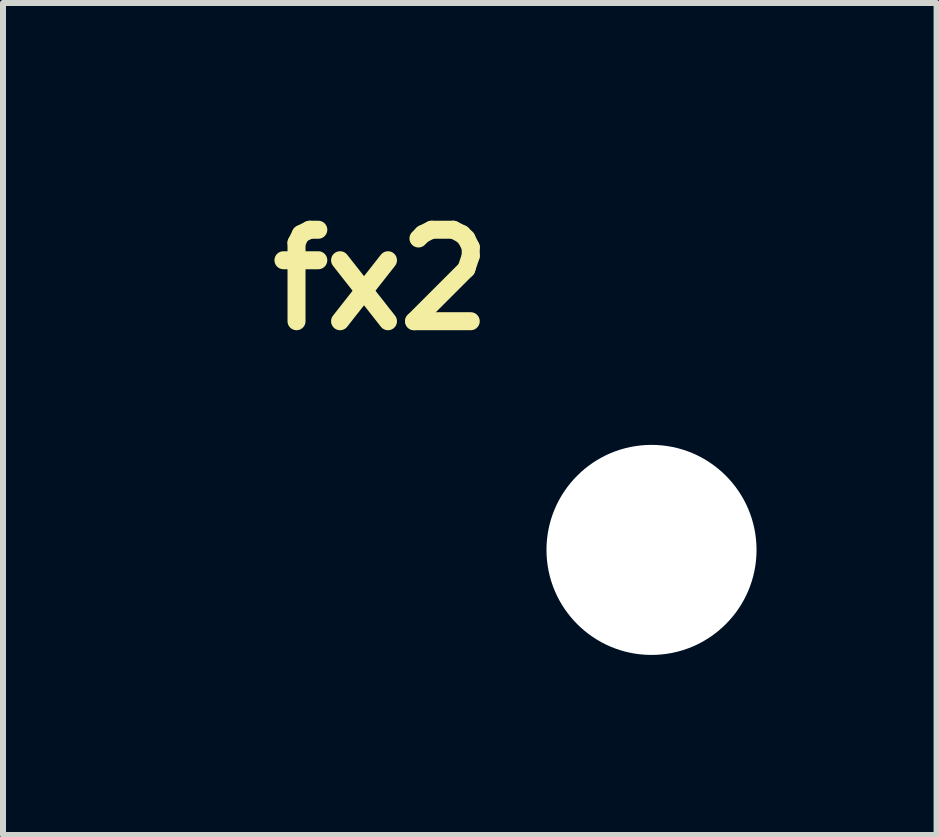
<source format=kicad_pcb>
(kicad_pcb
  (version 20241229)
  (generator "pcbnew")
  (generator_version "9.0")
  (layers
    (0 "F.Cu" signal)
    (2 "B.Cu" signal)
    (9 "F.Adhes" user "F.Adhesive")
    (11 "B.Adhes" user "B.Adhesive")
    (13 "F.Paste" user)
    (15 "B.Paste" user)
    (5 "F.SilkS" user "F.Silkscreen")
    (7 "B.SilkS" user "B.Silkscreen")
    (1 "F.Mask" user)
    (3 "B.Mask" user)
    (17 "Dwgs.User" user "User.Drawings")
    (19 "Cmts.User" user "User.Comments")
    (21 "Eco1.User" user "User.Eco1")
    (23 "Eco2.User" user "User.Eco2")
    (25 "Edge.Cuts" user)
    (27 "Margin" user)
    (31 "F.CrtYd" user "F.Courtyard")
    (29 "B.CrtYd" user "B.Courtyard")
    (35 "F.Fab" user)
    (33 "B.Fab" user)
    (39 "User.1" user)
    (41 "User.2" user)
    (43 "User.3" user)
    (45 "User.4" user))
  (footprint "fx2"
    (layer "F.Cu")
    (at 7.806 6.113)
    (property "Reference" "fx2" (at -4.5 -4.5 0) (layer "F.SilkS") (effects (font (size 1.524 1.524) (thickness 0.3))))
    (attr through_hole)
    (fp_poly (pts (xy -1.542 -3.761) (xy -1.465 -3.736) (xy -1.392 -3.698) (xy -1.326 -3.644) (xy -1.317 -3.636) (xy -1.264 -3.57) (xy -1.225 -3.498) (xy -1.201 -3.421) (xy -1.191 -3.342) (xy -1.196 -3.263) (xy -1.215 -3.185) (xy -1.248 -3.11) (xy -1.296 -3.042) (xy -1.322 -3.014) (xy -1.387 -2.961) (xy -1.46 -2.92) (xy -1.539 -2.895) (xy -1.622 -2.884) (xy -1.705 -2.889) (xy -1.738 -2.896) (xy -1.809 -2.92) (xy -1.877 -2.958) (xy -1.939 -3.006) (xy -1.99 -3.062) (xy -2.014 -3.098) (xy -2.05 -3.174) (xy -2.071 -3.255) (xy -2.077 -3.337) (xy -2.068 -3.418) (xy -2.044 -3.496) (xy -2.006 -3.568) (xy -1.98 -3.604) (xy -1.919 -3.665) (xy -1.851 -3.713) (xy -1.777 -3.746) (xy -1.7 -3.765) (xy -1.621 -3.77) (xy -1.542 -3.761)) (stroke (width 0.01) (type solid)) (fill yes) (layer "F.Mask"))
    (fp_poly (pts (xy -1.557 -6.101) (xy -1.477 -6.078) (xy -1.401 -6.041) (xy -1.334 -5.989) (xy -1.322 -5.977) (xy -1.267 -5.912) (xy -1.228 -5.841) (xy -1.203 -5.767) (xy -1.192 -5.69) (xy -1.194 -5.614) (xy -1.21 -5.539) (xy -1.238 -5.467) (xy -1.278 -5.401) (xy -1.33 -5.342) (xy -1.394 -5.293) (xy -1.468 -5.254) (xy -1.494 -5.244) (xy -1.543 -5.231) (xy -1.6 -5.224) (xy -1.659 -5.223) (xy -1.713 -5.228) (xy -1.733 -5.232) (xy -1.815 -5.261) (xy -1.887 -5.302) (xy -1.949 -5.354) (xy -1.999 -5.415) (xy -2.038 -5.483) (xy -2.064 -5.557) (xy -2.076 -5.634) (xy -2.075 -5.714) (xy -2.058 -5.794) (xy -2.026 -5.872) (xy -2.014 -5.894) (xy -1.972 -5.952) (xy -1.916 -6.005) (xy -1.851 -6.049) (xy -1.782 -6.082) (xy -1.726 -6.099) (xy -1.641 -6.108) (xy -1.557 -6.101)) (stroke (width 0.01) (type solid)) (fill yes) (layer "F.Mask"))
    (fp_poly (pts (xy -5.591 -6.031) (xy -5.501 -6.031) (xy -5.423 -6.03) (xy -5.355 -6.029) (xy -5.297 -6.028) (xy -5.248 -6.027) (xy -5.206 -6.025) (xy -5.172 -6.023) (xy -5.144 -6.02) (xy -5.121 -6.017) (xy -5.104 -6.014) (xy -5.09 -6.01) (xy -5.079 -6.005) (xy -5.07 -6) (xy -5.063 -5.995) (xy -5.057 -5.988) (xy -5.05 -5.981) (xy -5.044 -5.974) (xy -5.034 -5.963) (xy -5.015 -5.938) (xy -4.988 -5.902) (xy -4.954 -5.855) (xy -4.914 -5.799) (xy -4.868 -5.735) (xy -4.817 -5.664) (xy -4.762 -5.587) (xy -4.704 -5.505) (xy -4.644 -5.42) (xy -4.635 -5.408) (xy -4.576 -5.323) (xy -4.519 -5.242) (xy -4.465 -5.167) (xy -4.416 -5.098) (xy -4.372 -5.037) (xy -4.334 -4.983) (xy -4.302 -4.939) (xy -4.277 -4.906) (xy -4.261 -4.884) (xy -4.253 -4.875) (xy -4.253 -4.875) (xy -4.247 -4.882) (xy -4.232 -4.902) (xy -4.209 -4.933) (xy -4.179 -4.975) (xy -4.142 -5.027) (xy -4.099 -5.087) (xy -4.05 -5.155) (xy -3.997 -5.229) (xy -3.941 -5.309) (xy -3.882 -5.393) (xy -3.87 -5.41) (xy -3.809 -5.495) (xy -3.751 -5.576) (xy -3.696 -5.653) (xy -3.646 -5.724) (xy -3.6 -5.789) (xy -3.559 -5.845) (xy -3.525 -5.892) (xy -3.499 -5.928) (xy -3.48 -5.953) (xy -3.47 -5.966) (xy -3.469 -5.967) (xy -3.425 -6.003) (xy -3.375 -6.023) (xy -3.321 -6.028) (xy -3.266 -6.017) (xy -3.221 -5.995) (xy -3.179 -5.961) (xy -3.149 -5.917) (xy -3.13 -5.867) (xy -3.126 -5.814) (xy -3.135 -5.763) (xy -3.139 -5.752) (xy -3.146 -5.741) (xy -3.162 -5.717) (xy -3.186 -5.681) (xy -3.218 -5.635) (xy -3.256 -5.579) (xy -3.301 -5.515) (xy -3.351 -5.443) (xy -3.406 -5.365) (xy -3.464 -5.281) (xy -3.526 -5.194) (xy -3.572 -5.129) (xy -3.635 -5.039) (xy -3.696 -4.953) (xy -3.753 -4.872) (xy -3.806 -4.797) (xy -3.854 -4.729) (xy -3.896 -4.669) (xy -3.932 -4.618) (xy -3.961 -4.576) (xy -3.981 -4.546) (xy -3.994 -4.528) (xy -3.997 -4.522) (xy -3.993 -4.513) (xy -3.98 -4.492) (xy -3.957 -4.457) (xy -3.927 -4.411) (xy -3.888 -4.355) (xy -3.842 -4.288) (xy -3.789 -4.211) (xy -3.729 -4.126) (xy -3.664 -4.033) (xy -3.593 -3.933) (xy -3.592 -3.932) (xy -3.529 -3.843) (xy -3.469 -3.757) (xy -3.411 -3.676) (xy -3.358 -3.6) (xy -3.309 -3.531) (xy -3.266 -3.47) (xy -3.229 -3.418) (xy -3.199 -3.375) (xy -3.177 -3.344) (xy -3.164 -3.324) (xy -3.16 -3.319) (xy -3.136 -3.267) (xy -3.126 -3.213) (xy -3.131 -3.159) (xy -3.15 -3.109) (xy -3.183 -3.065) (xy -3.219 -3.036) (xy -3.271 -3.012) (xy -3.326 -3.004) (xy -3.382 -3.012) (xy -3.434 -3.035) (xy -3.443 -3.041) (xy -3.454 -3.051) (xy -3.473 -3.075) (xy -3.501 -3.11) (xy -3.537 -3.159) (xy -3.582 -3.22) (xy -3.636 -3.295) (xy -3.699 -3.383) (xy -3.772 -3.484) (xy -3.853 -3.6) (xy -3.862 -3.611) (xy -3.922 -3.697) (xy -3.98 -3.779) (xy -4.035 -3.855) (xy -4.085 -3.926) (xy -4.13 -3.989) (xy -4.169 -4.044) (xy -4.202 -4.089) (xy -4.227 -4.125) (xy -4.245 -4.149) (xy -4.254 -4.16) (xy -4.255 -4.161) (xy -4.26 -4.154) (xy -4.274 -4.135) (xy -4.297 -4.103) (xy -4.327 -4.061) (xy -4.364 -4.009) (xy -4.407 -3.949) (xy -4.456 -3.881) (xy -4.509 -3.806) (xy -4.565 -3.726) (xy -4.625 -3.642) (xy -4.648 -3.61) (xy -4.728 -3.496) (xy -4.799 -3.396) (xy -4.861 -3.309) (xy -4.915 -3.235) (xy -4.96 -3.174) (xy -4.997 -3.124) (xy -5.026 -3.086) (xy -5.047 -3.06) (xy -5.062 -3.044) (xy -5.067 -3.039) (xy -5.118 -3.015) (xy -5.172 -3.005) (xy -5.225 -3.01) (xy -5.275 -3.028) (xy -5.318 -3.059) (xy -5.352 -3.102) (xy -5.358 -3.114) (xy -5.376 -3.164) (xy -5.381 -3.217) (xy -5.373 -3.267) (xy -5.363 -3.29) (xy -5.356 -3.302) (xy -5.339 -3.326) (xy -5.315 -3.363) (xy -5.282 -3.409) (xy -5.243 -3.466) (xy -5.198 -3.53) (xy -5.147 -3.603) (xy -5.092 -3.681) (xy -5.034 -3.765) (xy -4.972 -3.852) (xy -4.927 -3.915) (xy -4.864 -4.004) (xy -4.804 -4.09) (xy -4.747 -4.17) (xy -4.695 -4.245) (xy -4.648 -4.312) (xy -4.606 -4.372) (xy -4.571 -4.423) (xy -4.543 -4.464) (xy -4.523 -4.493) (xy -4.511 -4.511) (xy -4.508 -4.516) (xy -4.513 -4.524) (xy -4.527 -4.545) (xy -4.549 -4.578) (xy -4.579 -4.621) (xy -4.616 -4.674) (xy -4.658 -4.735) (xy -4.706 -4.804) (xy -4.759 -4.879) (xy -4.816 -4.959) (xy -4.876 -5.044) (xy -4.896 -5.073) (xy -5.284 -5.621) (xy -6.34 -5.624) (xy -7.395 -5.626) (xy -7.395 -4.737) (xy -6.695 -4.737) (xy -6.557 -4.737) (xy -6.436 -4.737) (xy -6.33 -4.736) (xy -6.238 -4.736) (xy -6.161 -4.735) (xy -6.098 -4.734) (xy -6.047 -4.733) (xy -6.009 -4.731) (xy -5.982 -4.73) (xy -5.966 -4.728) (xy -5.963 -4.727) (xy -5.915 -4.704) (xy -5.876 -4.669) (xy -5.848 -4.623) (xy -5.832 -4.569) (xy -5.829 -4.533) (xy -5.836 -4.475) (xy -5.859 -4.426) (xy -5.896 -4.385) (xy -5.93 -4.361) (xy -5.977 -4.335) (xy -7.394 -4.33) (xy -7.396 -3.74) (xy -7.397 -3.624) (xy -7.397 -3.524) (xy -7.398 -3.438) (xy -7.398 -3.365) (xy -7.399 -3.305) (xy -7.4 -3.255) (xy -7.402 -3.214) (xy -7.404 -3.182) (xy -7.407 -3.156) (xy -7.411 -3.136) (xy -7.415 -3.121) (xy -7.421 -3.108) (xy -7.427 -3.098) (xy -7.435 -3.088) (xy -7.444 -3.078) (xy -7.45 -3.07) (xy -7.484 -3.041) (xy -7.527 -3.019) (xy -7.575 -3.006) (xy -7.621 -3.004) (xy -7.649 -3.009) (xy -7.697 -3.032) (xy -7.739 -3.063) (xy -7.772 -3.101) (xy -7.791 -3.142) (xy -7.792 -3.143) (xy -7.793 -3.155) (xy -7.794 -3.182) (xy -7.796 -3.223) (xy -7.797 -3.279) (xy -7.797 -3.35) (xy -7.798 -3.437) (xy -7.799 -3.538) (xy -7.799 -3.656) (xy -7.8 -3.789) (xy -7.8 -3.939) (xy -7.801 -4.104) (xy -7.801 -4.287) (xy -7.801 -4.485) (xy -7.801 -4.524) (xy -7.801 -4.703) (xy -7.801 -4.866) (xy -7.801 -5.014) (xy -7.801 -5.147) (xy -7.801 -5.267) (xy -7.801 -5.373) (xy -7.8 -5.467) (xy -7.8 -5.55) (xy -7.799 -5.622) (xy -7.798 -5.685) (xy -7.797 -5.738) (xy -7.796 -5.783) (xy -7.794 -5.821) (xy -7.792 -5.852) (xy -7.789 -5.877) (xy -7.786 -5.896) (xy -7.783 -5.912) (xy -7.78 -5.924) (xy -7.775 -5.933) (xy -7.771 -5.94) (xy -7.765 -5.946) (xy -7.76 -5.951) (xy -7.753 -5.957) (xy -7.748 -5.963) (xy -7.722 -5.986) (xy -7.693 -6.006) (xy -7.687 -6.009) (xy -7.653 -6.028) (xy -6.409 -6.03) (xy -6.235 -6.03) (xy -6.077 -6.031) (xy -5.935 -6.031) (xy -5.807 -6.031) (xy -5.692 -6.031) (xy -5.591 -6.031)) (stroke (width 0.01) (type solid)) (fill yes) (layer "F.Mask"))
    (fp_poly (pts (xy -1.542 -3.761) (xy -1.465 -3.736) (xy -1.392 -3.698) (xy -1.326 -3.644) (xy -1.317 -3.636) (xy -1.264 -3.57) (xy -1.225 -3.498) (xy -1.201 -3.421) (xy -1.191 -3.342) (xy -1.196 -3.263) (xy -1.215 -3.185) (xy -1.248 -3.11) (xy -1.296 -3.042) (xy -1.322 -3.014) (xy -1.387 -2.961) (xy -1.46 -2.92) (xy -1.539 -2.895) (xy -1.622 -2.884) (xy -1.705 -2.889) (xy -1.738 -2.896) (xy -1.809 -2.92) (xy -1.877 -2.958) (xy -1.939 -3.006) (xy -1.99 -3.062) (xy -2.014 -3.098) (xy -2.05 -3.174) (xy -2.071 -3.255) (xy -2.077 -3.337) (xy -2.068 -3.418) (xy -2.044 -3.496) (xy -2.006 -3.568) (xy -1.98 -3.604) (xy -1.919 -3.665) (xy -1.851 -3.713) (xy -1.777 -3.746) (xy -1.7 -3.765) (xy -1.621 -3.77) (xy -1.542 -3.761)) (stroke (width 0.01) (type solid)) (fill yes) (layer "B.Mask"))
    (fp_poly (pts (xy -1.557 -6.101) (xy -1.477 -6.078) (xy -1.401 -6.041) (xy -1.334 -5.989) (xy -1.322 -5.977) (xy -1.267 -5.912) (xy -1.228 -5.841) (xy -1.203 -5.767) (xy -1.192 -5.69) (xy -1.194 -5.614) (xy -1.21 -5.539) (xy -1.238 -5.467) (xy -1.278 -5.401) (xy -1.33 -5.342) (xy -1.394 -5.293) (xy -1.468 -5.254) (xy -1.494 -5.244) (xy -1.543 -5.231) (xy -1.6 -5.224) (xy -1.659 -5.223) (xy -1.713 -5.228) (xy -1.733 -5.232) (xy -1.815 -5.261) (xy -1.887 -5.302) (xy -1.949 -5.354) (xy -1.999 -5.415) (xy -2.038 -5.483) (xy -2.064 -5.557) (xy -2.076 -5.634) (xy -2.075 -5.714) (xy -2.058 -5.794) (xy -2.026 -5.872) (xy -2.014 -5.894) (xy -1.972 -5.952) (xy -1.916 -6.005) (xy -1.851 -6.049) (xy -1.782 -6.082) (xy -1.726 -6.099) (xy -1.641 -6.108) (xy -1.557 -6.101)) (stroke (width 0.01) (type solid)) (fill yes) (layer "B.Mask"))
    (fp_poly (pts (xy -5.591 -6.031) (xy -5.501 -6.031) (xy -5.423 -6.03) (xy -5.355 -6.029) (xy -5.297 -6.028) (xy -5.248 -6.027) (xy -5.206 -6.025) (xy -5.172 -6.023) (xy -5.144 -6.02) (xy -5.121 -6.017) (xy -5.104 -6.014) (xy -5.09 -6.01) (xy -5.079 -6.005) (xy -5.07 -6) (xy -5.063 -5.995) (xy -5.057 -5.988) (xy -5.05 -5.981) (xy -5.044 -5.974) (xy -5.034 -5.963) (xy -5.015 -5.938) (xy -4.988 -5.902) (xy -4.954 -5.855) (xy -4.914 -5.799) (xy -4.868 -5.735) (xy -4.817 -5.664) (xy -4.762 -5.587) (xy -4.704 -5.505) (xy -4.644 -5.42) (xy -4.635 -5.408) (xy -4.576 -5.323) (xy -4.519 -5.242) (xy -4.465 -5.167) (xy -4.416 -5.098) (xy -4.372 -5.037) (xy -4.334 -4.983) (xy -4.302 -4.939) (xy -4.277 -4.906) (xy -4.261 -4.884) (xy -4.253 -4.875) (xy -4.253 -4.875) (xy -4.247 -4.882) (xy -4.232 -4.902) (xy -4.209 -4.933) (xy -4.179 -4.975) (xy -4.142 -5.027) (xy -4.099 -5.087) (xy -4.05 -5.155) (xy -3.997 -5.229) (xy -3.941 -5.309) (xy -3.882 -5.393) (xy -3.87 -5.41) (xy -3.809 -5.495) (xy -3.751 -5.576) (xy -3.696 -5.653) (xy -3.646 -5.724) (xy -3.6 -5.789) (xy -3.559 -5.845) (xy -3.525 -5.892) (xy -3.499 -5.928) (xy -3.48 -5.953) (xy -3.47 -5.966) (xy -3.469 -5.967) (xy -3.425 -6.003) (xy -3.375 -6.023) (xy -3.321 -6.028) (xy -3.266 -6.017) (xy -3.221 -5.995) (xy -3.179 -5.961) (xy -3.149 -5.917) (xy -3.13 -5.867) (xy -3.126 -5.814) (xy -3.135 -5.763) (xy -3.139 -5.752) (xy -3.146 -5.741) (xy -3.162 -5.717) (xy -3.186 -5.681) (xy -3.218 -5.635) (xy -3.256 -5.579) (xy -3.301 -5.515) (xy -3.351 -5.443) (xy -3.406 -5.365) (xy -3.464 -5.281) (xy -3.526 -5.194) (xy -3.572 -5.129) (xy -3.635 -5.039) (xy -3.696 -4.953) (xy -3.753 -4.872) (xy -3.806 -4.797) (xy -3.854 -4.729) (xy -3.896 -4.669) (xy -3.932 -4.618) (xy -3.961 -4.576) (xy -3.981 -4.546) (xy -3.994 -4.528) (xy -3.997 -4.522) (xy -3.993 -4.513) (xy -3.98 -4.492) (xy -3.957 -4.457) (xy -3.927 -4.411) (xy -3.888 -4.355) (xy -3.842 -4.288) (xy -3.789 -4.211) (xy -3.729 -4.126) (xy -3.664 -4.033) (xy -3.593 -3.933) (xy -3.592 -3.932) (xy -3.529 -3.843) (xy -3.469 -3.757) (xy -3.411 -3.676) (xy -3.358 -3.6) (xy -3.309 -3.531) (xy -3.266 -3.47) (xy -3.229 -3.418) (xy -3.199 -3.375) (xy -3.177 -3.344) (xy -3.164 -3.324) (xy -3.16 -3.319) (xy -3.136 -3.267) (xy -3.126 -3.213) (xy -3.131 -3.159) (xy -3.15 -3.109) (xy -3.183 -3.065) (xy -3.219 -3.036) (xy -3.271 -3.012) (xy -3.326 -3.004) (xy -3.382 -3.012) (xy -3.434 -3.035) (xy -3.443 -3.041) (xy -3.454 -3.051) (xy -3.473 -3.075) (xy -3.501 -3.11) (xy -3.537 -3.159) (xy -3.582 -3.22) (xy -3.636 -3.295) (xy -3.699 -3.383) (xy -3.772 -3.484) (xy -3.853 -3.6) (xy -3.862 -3.611) (xy -3.922 -3.697) (xy -3.98 -3.779) (xy -4.035 -3.855) (xy -4.085 -3.926) (xy -4.13 -3.989) (xy -4.169 -4.044) (xy -4.202 -4.089) (xy -4.227 -4.125) (xy -4.245 -4.149) (xy -4.254 -4.16) (xy -4.255 -4.161) (xy -4.26 -4.154) (xy -4.274 -4.135) (xy -4.297 -4.103) (xy -4.327 -4.061) (xy -4.364 -4.009) (xy -4.407 -3.949) (xy -4.456 -3.881) (xy -4.509 -3.806) (xy -4.565 -3.726) (xy -4.625 -3.642) (xy -4.648 -3.61) (xy -4.728 -3.496) (xy -4.799 -3.396) (xy -4.861 -3.309) (xy -4.915 -3.235) (xy -4.96 -3.174) (xy -4.997 -3.124) (xy -5.026 -3.086) (xy -5.047 -3.06) (xy -5.062 -3.044) (xy -5.067 -3.039) (xy -5.118 -3.015) (xy -5.172 -3.005) (xy -5.225 -3.01) (xy -5.275 -3.028) (xy -5.318 -3.059) (xy -5.352 -3.102) (xy -5.358 -3.114) (xy -5.376 -3.164) (xy -5.381 -3.217) (xy -5.373 -3.267) (xy -5.363 -3.29) (xy -5.356 -3.302) (xy -5.339 -3.326) (xy -5.315 -3.363) (xy -5.282 -3.409) (xy -5.243 -3.466) (xy -5.198 -3.53) (xy -5.147 -3.603) (xy -5.092 -3.681) (xy -5.034 -3.765) (xy -4.972 -3.852) (xy -4.927 -3.915) (xy -4.864 -4.004) (xy -4.804 -4.09) (xy -4.747 -4.17) (xy -4.695 -4.245) (xy -4.648 -4.312) (xy -4.606 -4.372) (xy -4.571 -4.423) (xy -4.543 -4.464) (xy -4.523 -4.493) (xy -4.511 -4.511) (xy -4.508 -4.516) (xy -4.513 -4.524) (xy -4.527 -4.545) (xy -4.549 -4.578) (xy -4.579 -4.621) (xy -4.616 -4.674) (xy -4.658 -4.735) (xy -4.706 -4.804) (xy -4.759 -4.879) (xy -4.816 -4.959) (xy -4.876 -5.044) (xy -4.896 -5.073) (xy -5.284 -5.621) (xy -6.34 -5.624) (xy -7.395 -5.626) (xy -7.395 -4.737) (xy -6.695 -4.737) (xy -6.557 -4.737) (xy -6.436 -4.737) (xy -6.33 -4.736) (xy -6.238 -4.736) (xy -6.161 -4.735) (xy -6.098 -4.734) (xy -6.047 -4.733) (xy -6.009 -4.731) (xy -5.982 -4.73) (xy -5.966 -4.728) (xy -5.963 -4.727) (xy -5.915 -4.704) (xy -5.876 -4.669) (xy -5.848 -4.623) (xy -5.832 -4.569) (xy -5.829 -4.533) (xy -5.836 -4.475) (xy -5.859 -4.426) (xy -5.896 -4.385) (xy -5.93 -4.361) (xy -5.977 -4.335) (xy -7.394 -4.33) (xy -7.396 -3.74) (xy -7.397 -3.624) (xy -7.397 -3.524) (xy -7.398 -3.438) (xy -7.398 -3.365) (xy -7.399 -3.305) (xy -7.4 -3.255) (xy -7.402 -3.214) (xy -7.404 -3.182) (xy -7.407 -3.156) (xy -7.411 -3.136) (xy -7.415 -3.121) (xy -7.421 -3.108) (xy -7.427 -3.098) (xy -7.435 -3.088) (xy -7.444 -3.078) (xy -7.45 -3.07) (xy -7.484 -3.041) (xy -7.527 -3.019) (xy -7.575 -3.006) (xy -7.621 -3.004) (xy -7.649 -3.009) (xy -7.697 -3.032) (xy -7.739 -3.063) (xy -7.772 -3.101) (xy -7.791 -3.142) (xy -7.792 -3.143) (xy -7.793 -3.155) (xy -7.794 -3.182) (xy -7.796 -3.223) (xy -7.797 -3.279) (xy -7.797 -3.35) (xy -7.798 -3.437) (xy -7.799 -3.538) (xy -7.799 -3.656) (xy -7.8 -3.789) (xy -7.8 -3.939) (xy -7.801 -4.104) (xy -7.801 -4.287) (xy -7.801 -4.485) (xy -7.801 -4.524) (xy -7.801 -4.703) (xy -7.801 -4.866) (xy -7.801 -5.014) (xy -7.801 -5.147) (xy -7.801 -5.267) (xy -7.801 -5.373) (xy -7.8 -5.467) (xy -7.8 -5.55) (xy -7.799 -5.622) (xy -7.798 -5.685) (xy -7.797 -5.738) (xy -7.796 -5.783) (xy -7.794 -5.821) (xy -7.792 -5.852) (xy -7.789 -5.877) (xy -7.786 -5.896) (xy -7.783 -5.912) (xy -7.78 -5.924) (xy -7.775 -5.933) (xy -7.771 -5.94) (xy -7.765 -5.946) (xy -7.76 -5.951) (xy -7.753 -5.957) (xy -7.748 -5.963) (xy -7.722 -5.986) (xy -7.693 -6.006) (xy -7.687 -6.009) (xy -7.653 -6.028) (xy -6.409 -6.03) (xy -6.235 -6.03) (xy -6.077 -6.031) (xy -5.935 -6.031) (xy -5.807 -6.031) (xy -5.692 -6.031) (xy -5.591 -6.031)) (stroke (width 0.01) (type solid)) (fill yes) (layer "B.Mask"))
    (pad "" np_thru_hole circle (at 0 0) (size 3.5 3.5) (drill 3.5) (layers "*.Cu" "*.Mask")))
  (gr_rect
    (start -3 -3)
    (end 12.556 10.863)
    (stroke (width 0.1) (type default))
    (fill no)
    (layer "Edge.Cuts")))
</source>
